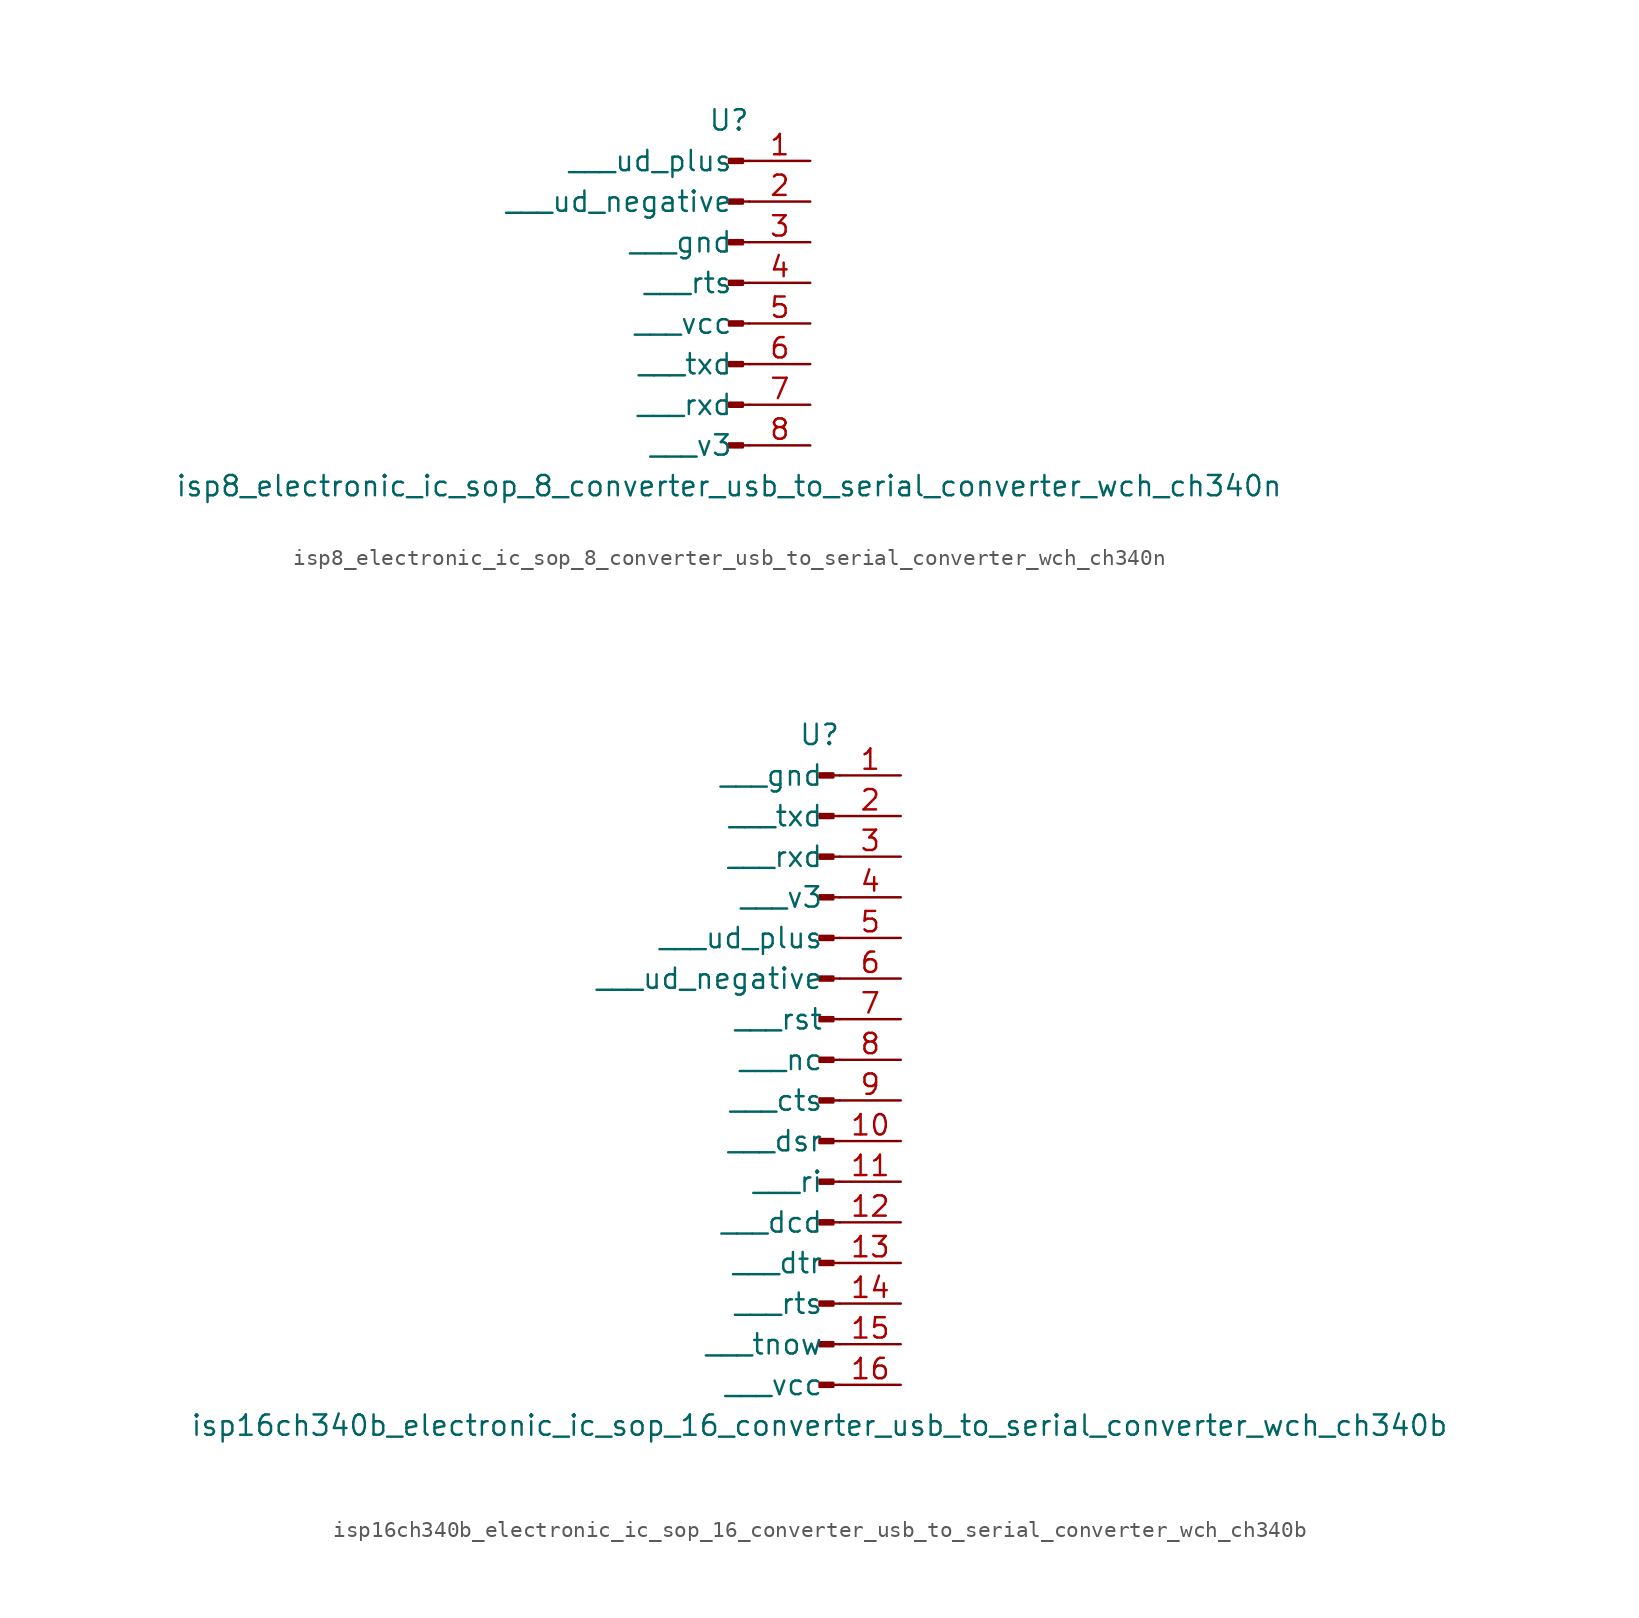
<source format=kicad_sym>
(kicad_symbol_lib
  (version 20220914)
  (generator kicad_symbol_editor)
  (symbol "isp8_electronic_ic_sop_8_converter_usb_to_serial_converter_wch_ch340n"
    (pin_names
      (offset 1.016))
    (property "Reference" "U"
      (at 0 10.16 0)
      (effects (font (size 1.27 1.27))))
    (property "Value" "isp8_electronic_ic_sop_8_converter_usb_to_serial_converter_wch_ch340n"
      (at 0 -12.7 0)
      (effects (font (size 1.27 1.27))))
    (property "ki_locked" ""
      (at 0 0 0)
      (effects (font (size 1.27 1.27))))
    (symbol "isp8_electronic_ic_sop_8_converter_usb_to_serial_converter_wch_ch340n_1_1"
      (polyline (pts (xy 1.27 -10.16) (xy 0.864 -10.16)) (stroke (width 0.152) (type default)) (fill (type none)))
      (polyline (pts (xy 1.27 -7.62) (xy 0.864 -7.62)) (stroke (width 0.152) (type default)) (fill (type none)))
      (polyline (pts (xy 1.27 -5.08) (xy 0.864 -5.08)) (stroke (width 0.152) (type default)) (fill (type none)))
      (polyline (pts (xy 1.27 -2.54) (xy 0.864 -2.54)) (stroke (width 0.152) (type default)) (fill (type none)))
      (polyline (pts (xy 1.27 0) (xy 0.864 0)) (stroke (width 0.152) (type default)) (fill (type none)))
      (polyline (pts (xy 1.27 2.54) (xy 0.864 2.54)) (stroke (width 0.152) (type default)) (fill (type none)))
      (polyline (pts (xy 1.27 5.08) (xy 0.864 5.08)) (stroke (width 0.152) (type default)) (fill (type none)))
      (polyline (pts (xy 1.27 7.62) (xy 0.864 7.62)) (stroke (width 0.152) (type default)) (fill (type none)))
      (rectangle (start 0.864 -10.033) (end 0 -10.287) (stroke (width 0.152) (type default)) (fill (type outline)))
      (rectangle (start 0.864 -7.493) (end 0 -7.747) (stroke (width 0.152) (type default)) (fill (type outline)))
      (rectangle (start 0.864 -4.953) (end 0 -5.207) (stroke (width 0.152) (type default)) (fill (type outline)))
      (rectangle (start 0.864 -2.413) (end 0 -2.667) (stroke (width 0.152) (type default)) (fill (type outline)))
      (rectangle (start 0.864 0.127) (end 0 -0.127) (stroke (width 0.152) (type default)) (fill (type outline)))
      (rectangle (start 0.864 2.667) (end 0 2.413) (stroke (width 0.152) (type default)) (fill (type outline)))
      (rectangle (start 0.864 5.207) (end 0 4.953) (stroke (width 0.152) (type default)) (fill (type outline)))
      (rectangle (start 0.864 7.747) (end 0 7.493) (stroke (width 0.152) (type default)) (fill (type outline)))
      (pin passive line (at 5.08 7.62 180) (length 3.81) (name "   ud_plus" (effects (font (size 1.27 1.27)))) (number "1" (effects (font (size 1.27 1.27)))))
      (pin passive line (at 5.08 5.08 180) (length 3.81) (name "   ud_negative" (effects (font (size 1.27 1.27)))) (number "2" (effects (font (size 1.27 1.27)))))
      (pin passive line (at 5.08 2.54 180) (length 3.81) (name "   gnd" (effects (font (size 1.27 1.27)))) (number "3" (effects (font (size 1.27 1.27)))))
      (pin passive line (at 5.08 0 180) (length 3.81) (name "   rts" (effects (font (size 1.27 1.27)))) (number "4" (effects (font (size 1.27 1.27)))))
      (pin passive line (at 5.08 -2.54 180) (length 3.81) (name "   vcc" (effects (font (size 1.27 1.27)))) (number "5" (effects (font (size 1.27 1.27)))))
      (pin passive line (at 5.08 -5.08 180) (length 3.81) (name "   txd" (effects (font (size 1.27 1.27)))) (number "6" (effects (font (size 1.27 1.27)))))
      (pin passive line (at 5.08 -7.62 180) (length 3.81) (name "   rxd" (effects (font (size 1.27 1.27)))) (number "7" (effects (font (size 1.27 1.27)))))
      (pin passive line (at 5.08 -10.16 180) (length 3.81) (name "   v3" (effects (font (size 1.27 1.27)))) (number "8" (effects (font (size 1.27 1.27)))))))
  (symbol "isp16ch340b_electronic_ic_sop_16_converter_usb_to_serial_converter_wch_ch340b"
    (pin_names
      (offset 1.016))
    (property "Reference" "U"
      (at 0 20.32 0)
      (effects (font (size 1.27 1.27))))
    (property "Value" "isp16ch340b_electronic_ic_sop_16_converter_usb_to_serial_converter_wch_ch340b"
      (at 0 -22.86 0)
      (effects (font (size 1.27 1.27))))
    (property "ki_locked" ""
      (at 0 0 0)
      (effects (font (size 1.27 1.27))))
    (symbol "isp16ch340b_electronic_ic_sop_16_converter_usb_to_serial_converter_wch_ch340b_1_1"
      (polyline (pts (xy 1.27 -20.32) (xy 0.864 -20.32)) (stroke (width 0.152) (type default)) (fill (type none)))
      (polyline (pts (xy 1.27 -17.78) (xy 0.864 -17.78)) (stroke (width 0.152) (type default)) (fill (type none)))
      (polyline (pts (xy 1.27 -15.24) (xy 0.864 -15.24)) (stroke (width 0.152) (type default)) (fill (type none)))
      (polyline (pts (xy 1.27 -12.7) (xy 0.864 -12.7)) (stroke (width 0.152) (type default)) (fill (type none)))
      (polyline (pts (xy 1.27 -10.16) (xy 0.864 -10.16)) (stroke (width 0.152) (type default)) (fill (type none)))
      (polyline (pts (xy 1.27 -7.62) (xy 0.864 -7.62)) (stroke (width 0.152) (type default)) (fill (type none)))
      (polyline (pts (xy 1.27 -5.08) (xy 0.864 -5.08)) (stroke (width 0.152) (type default)) (fill (type none)))
      (polyline (pts (xy 1.27 -2.54) (xy 0.864 -2.54)) (stroke (width 0.152) (type default)) (fill (type none)))
      (polyline (pts (xy 1.27 0) (xy 0.864 0)) (stroke (width 0.152) (type default)) (fill (type none)))
      (polyline (pts (xy 1.27 2.54) (xy 0.864 2.54)) (stroke (width 0.152) (type default)) (fill (type none)))
      (polyline (pts (xy 1.27 5.08) (xy 0.864 5.08)) (stroke (width 0.152) (type default)) (fill (type none)))
      (polyline (pts (xy 1.27 7.62) (xy 0.864 7.62)) (stroke (width 0.152) (type default)) (fill (type none)))
      (polyline (pts (xy 1.27 10.16) (xy 0.864 10.16)) (stroke (width 0.152) (type default)) (fill (type none)))
      (polyline (pts (xy 1.27 12.7) (xy 0.864 12.7)) (stroke (width 0.152) (type default)) (fill (type none)))
      (polyline (pts (xy 1.27 15.24) (xy 0.864 15.24)) (stroke (width 0.152) (type default)) (fill (type none)))
      (polyline (pts (xy 1.27 17.78) (xy 0.864 17.78)) (stroke (width 0.152) (type default)) (fill (type none)))
      (rectangle (start 0.864 -20.193) (end 0 -20.447) (stroke (width 0.152) (type default)) (fill (type outline)))
      (rectangle (start 0.864 -17.653) (end 0 -17.907) (stroke (width 0.152) (type default)) (fill (type outline)))
      (rectangle (start 0.864 -15.113) (end 0 -15.367) (stroke (width 0.152) (type default)) (fill (type outline)))
      (rectangle (start 0.864 -12.573) (end 0 -12.827) (stroke (width 0.152) (type default)) (fill (type outline)))
      (rectangle (start 0.864 -10.033) (end 0 -10.287) (stroke (width 0.152) (type default)) (fill (type outline)))
      (rectangle (start 0.864 -7.493) (end 0 -7.747) (stroke (width 0.152) (type default)) (fill (type outline)))
      (rectangle (start 0.864 -4.953) (end 0 -5.207) (stroke (width 0.152) (type default)) (fill (type outline)))
      (rectangle (start 0.864 -2.413) (end 0 -2.667) (stroke (width 0.152) (type default)) (fill (type outline)))
      (rectangle (start 0.864 0.127) (end 0 -0.127) (stroke (width 0.152) (type default)) (fill (type outline)))
      (rectangle (start 0.864 2.667) (end 0 2.413) (stroke (width 0.152) (type default)) (fill (type outline)))
      (rectangle (start 0.864 5.207) (end 0 4.953) (stroke (width 0.152) (type default)) (fill (type outline)))
      (rectangle (start 0.864 7.747) (end 0 7.493) (stroke (width 0.152) (type default)) (fill (type outline)))
      (rectangle (start 0.864 10.287) (end 0 10.033) (stroke (width 0.152) (type default)) (fill (type outline)))
      (rectangle (start 0.864 12.827) (end 0 12.573) (stroke (width 0.152) (type default)) (fill (type outline)))
      (rectangle (start 0.864 15.367) (end 0 15.113) (stroke (width 0.152) (type default)) (fill (type outline)))
      (rectangle (start 0.864 17.907) (end 0 17.653) (stroke (width 0.152) (type default)) (fill (type outline)))
      (pin passive line (at 5.08 17.78 180) (length 3.81) (name "   gnd" (effects (font (size 1.27 1.27)))) (number "1" (effects (font (size 1.27 1.27)))))
      (pin passive line (at 5.08 -5.08 180) (length 3.81) (name "   dsr" (effects (font (size 1.27 1.27)))) (number "10" (effects (font (size 1.27 1.27)))))
      (pin passive line (at 5.08 -7.62 180) (length 3.81) (name "   ri" (effects (font (size 1.27 1.27)))) (number "11" (effects (font (size 1.27 1.27)))))
      (pin passive line (at 5.08 -10.16 180) (length 3.81) (name "   dcd" (effects (font (size 1.27 1.27)))) (number "12" (effects (font (size 1.27 1.27)))))
      (pin passive line (at 5.08 -12.7 180) (length 3.81) (name "   dtr" (effects (font (size 1.27 1.27)))) (number "13" (effects (font (size 1.27 1.27)))))
      (pin passive line (at 5.08 -15.24 180) (length 3.81) (name "   rts" (effects (font (size 1.27 1.27)))) (number "14" (effects (font (size 1.27 1.27)))))
      (pin passive line (at 5.08 -17.78 180) (length 3.81) (name "   tnow" (effects (font (size 1.27 1.27)))) (number "15" (effects (font (size 1.27 1.27)))))
      (pin passive line (at 5.08 -20.32 180) (length 3.81) (name "   vcc" (effects (font (size 1.27 1.27)))) (number "16" (effects (font (size 1.27 1.27)))))
      (pin passive line (at 5.08 15.24 180) (length 3.81) (name "   txd" (effects (font (size 1.27 1.27)))) (number "2" (effects (font (size 1.27 1.27)))))
      (pin passive line (at 5.08 12.7 180) (length 3.81) (name "   rxd" (effects (font (size 1.27 1.27)))) (number "3" (effects (font (size 1.27 1.27)))))
      (pin passive line (at 5.08 10.16 180) (length 3.81) (name "   v3" (effects (font (size 1.27 1.27)))) (number "4" (effects (font (size 1.27 1.27)))))
      (pin passive line (at 5.08 7.62 180) (length 3.81) (name "   ud_plus" (effects (font (size 1.27 1.27)))) (number "5" (effects (font (size 1.27 1.27)))))
      (pin passive line (at 5.08 5.08 180) (length 3.81) (name "   ud_negative" (effects (font (size 1.27 1.27)))) (number "6" (effects (font (size 1.27 1.27)))))
      (pin passive line (at 5.08 2.54 180) (length 3.81) (name "   rst" (effects (font (size 1.27 1.27)))) (number "7" (effects (font (size 1.27 1.27)))))
      (pin passive line (at 5.08 0 180) (length 3.81) (name "   nc" (effects (font (size 1.27 1.27)))) (number "8" (effects (font (size 1.27 1.27)))))
      (pin passive line (at 5.08 -2.54 180) (length 3.81) (name "   cts" (effects (font (size 1.27 1.27)))) (number "9" (effects (font (size 1.27 1.27))))))))
</source>
